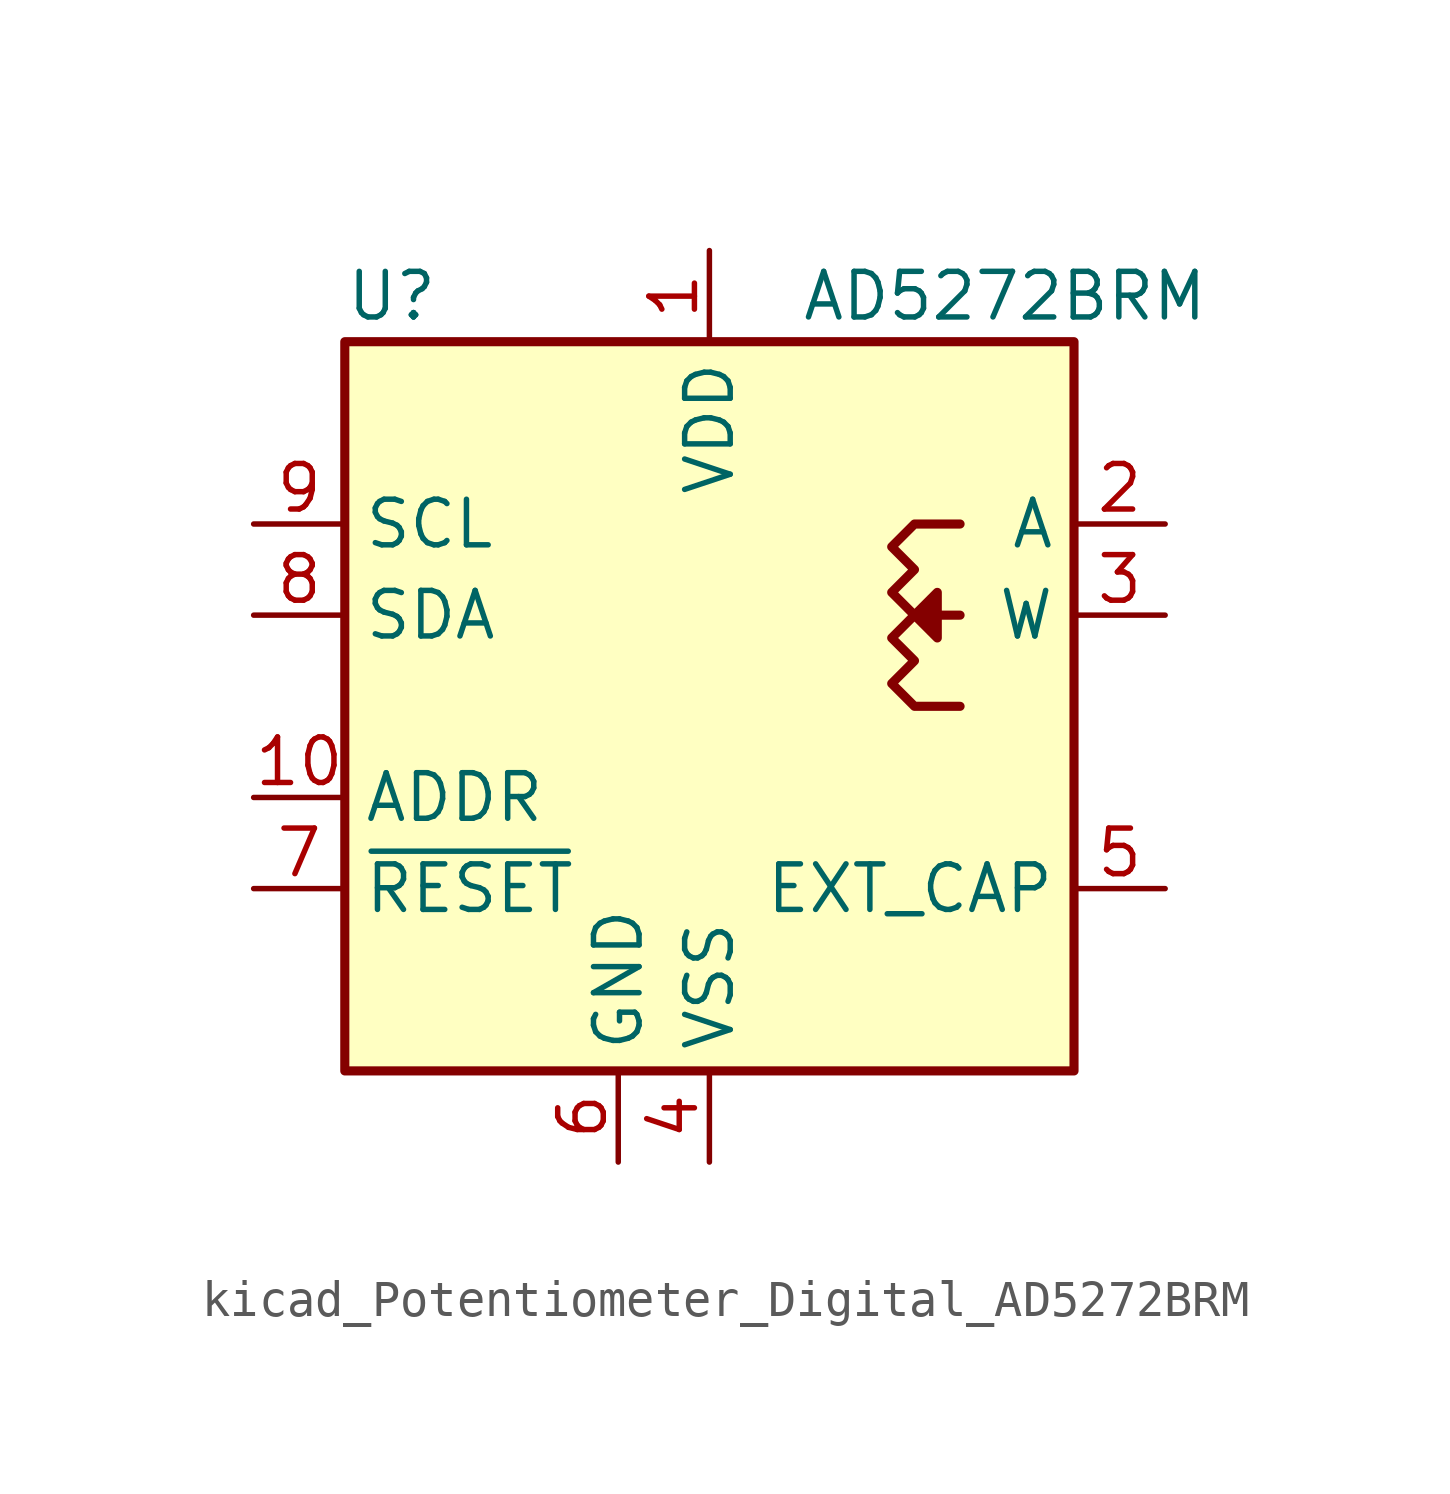
<source format=kicad_sym>
(kicad_symbol_lib
  (version 20220914)
  (generator kicad_symbol_editor)
  (symbol "kicad_Potentiometer_Digital_AD5272BRM"
    (property "Reference" "U"
      (at -10.16 11.43 0)
      (effects (font (size 1.27 1.27)) (justify left)))
    (property "Value" "AD5272BRM"
      (at 2.54 11.43 0)
      (effects (font (size 1.27 1.27)) (justify left)))
    (symbol "kicad_Potentiometer_Digital_AD5272BRM_0_1"
      (rectangle (start -10.16 10.16) (end 10.16 -10.16) (stroke (width 0.254) (type default)) (fill (type background)))
      (polyline (pts (xy 6.985 2.54) (xy 6.35 2.54) (xy 5.715 2.54) (xy 6.35 3.175) (xy 6.35 1.905) (xy 5.715 2.54)) (stroke (width 0.254) (type default)) (fill (type outline)))
      (polyline (pts (xy 6.985 5.08) (xy 5.715 5.08) (xy 5.08 4.445) (xy 5.715 3.81) (xy 5.08 3.175) (xy 5.715 2.54) (xy 5.08 1.905) (xy 5.715 1.27) (xy 5.08 0.635) (xy 5.715 0) (xy 6.985 0)) (stroke (width 0.254) (type default)) (fill (type none))))
    (symbol "kicad_Potentiometer_Digital_AD5272BRM_1_1"
      (pin power_in line (at 0 12.7 270) (length 2.54) (name "VDD" (effects (font (size 1.27 1.27)))) (number "1" (effects (font (size 1.27 1.27)))))
      (pin passive line (at -12.7 -2.54 0) (length 2.54) (name "ADDR" (effects (font (size 1.27 1.27)))) (number "10" (effects (font (size 1.27 1.27)))))
      (pin passive line (at 12.7 5.08 180) (length 2.54) (name "A" (effects (font (size 1.27 1.27)))) (number "2" (effects (font (size 1.27 1.27)))))
      (pin passive line (at 12.7 2.54 180) (length 2.54) (name "W" (effects (font (size 1.27 1.27)))) (number "3" (effects (font (size 1.27 1.27)))))
      (pin power_in line (at 0 -12.7 90) (length 2.54) (name "VSS" (effects (font (size 1.27 1.27)))) (number "4" (effects (font (size 1.27 1.27)))))
      (pin passive line (at 12.7 -5.08 180) (length 2.54) (name "EXT_CAP" (effects (font (size 1.27 1.27)))) (number "5" (effects (font (size 1.27 1.27)))))
      (pin power_in line (at -2.54 -12.7 90) (length 2.54) (name "GND" (effects (font (size 1.27 1.27)))) (number "6" (effects (font (size 1.27 1.27)))))
      (pin input line (at -12.7 -5.08 0) (length 2.54) (name "~{RESET}" (effects (font (size 1.27 1.27)))) (number "7" (effects (font (size 1.27 1.27)))))
      (pin bidirectional line (at -12.7 2.54 0) (length 2.54) (name "SDA" (effects (font (size 1.27 1.27)))) (number "8" (effects (font (size 1.27 1.27)))))
      (pin input line (at -12.7 5.08 0) (length 2.54) (name "SCL" (effects (font (size 1.27 1.27)))) (number "9" (effects (font (size 1.27 1.27))))))))
</source>
